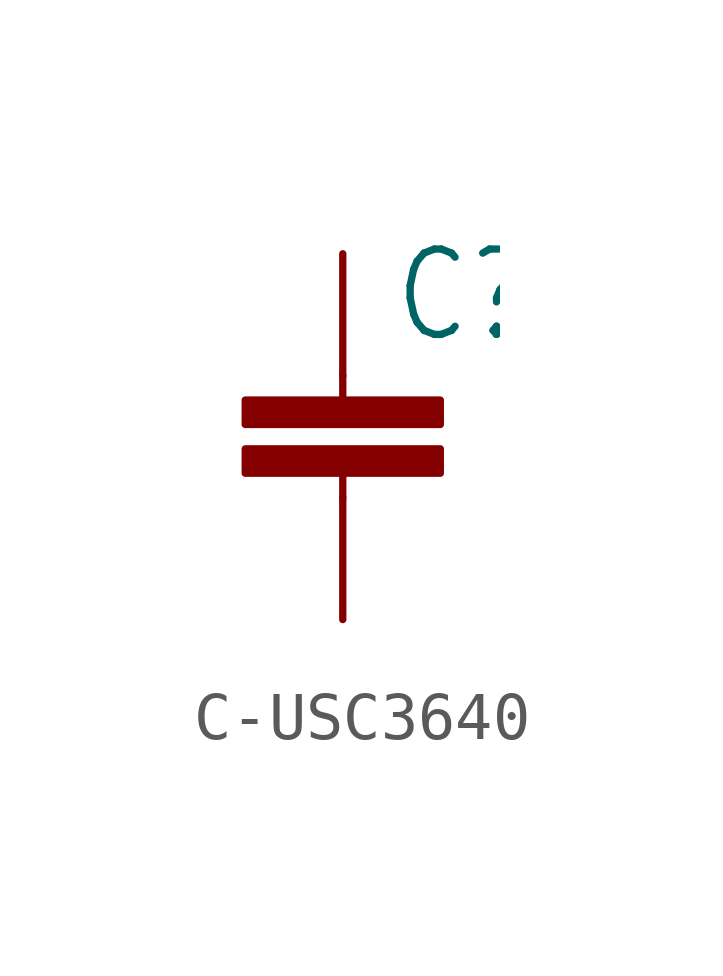
<source format=kicad_sym>
(kicad_symbol_lib
  (version 20231120)
  (generator "kicad_symbol_editor")
  (generator_version "8.99")
  (symbol "C-USC3640"
    (property "Reference" "C"
      (at 1.016 0.635 0)
      (effects (font (size 1.778 1.511)) (justify left bottom)))
    (property "Value" ""
      (at 1.016 -4.191 0)
      (effects (font (size 1.778 1.511)) (justify left bottom)))
    (property "ki_locked" ""
      (at 0 0 0)
      (effects (font (size 1.27 1.27))))
    (symbol "C-USC3640_1_0"
      (rectangle (start -2.032 -2.032) (end 2.032 -1.524) (stroke (width 0) (type default)) (fill (type outline)))
      (rectangle (start -2.032 -1.016) (end 2.032 -0.508) (stroke (width 0) (type default)) (fill (type outline)))
      (polyline (pts (xy 0 -2.54) (xy 0 -2.032)) (stroke (width 0.152) (type solid)) (fill (type none)))
      (polyline (pts (xy 0 0) (xy 0 -0.508)) (stroke (width 0.152) (type solid)) (fill (type none)))
      (pin passive line (at 0 2.54 270) (length 2.54) (name "1" (effects (font (size 0 0)))) (number "1" (effects (font (size 0 0)))))
      (pin passive line (at 0 -5.08 90) (length 2.54) (name "2" (effects (font (size 0 0)))) (number "2" (effects (font (size 0 0))))))))
</source>
